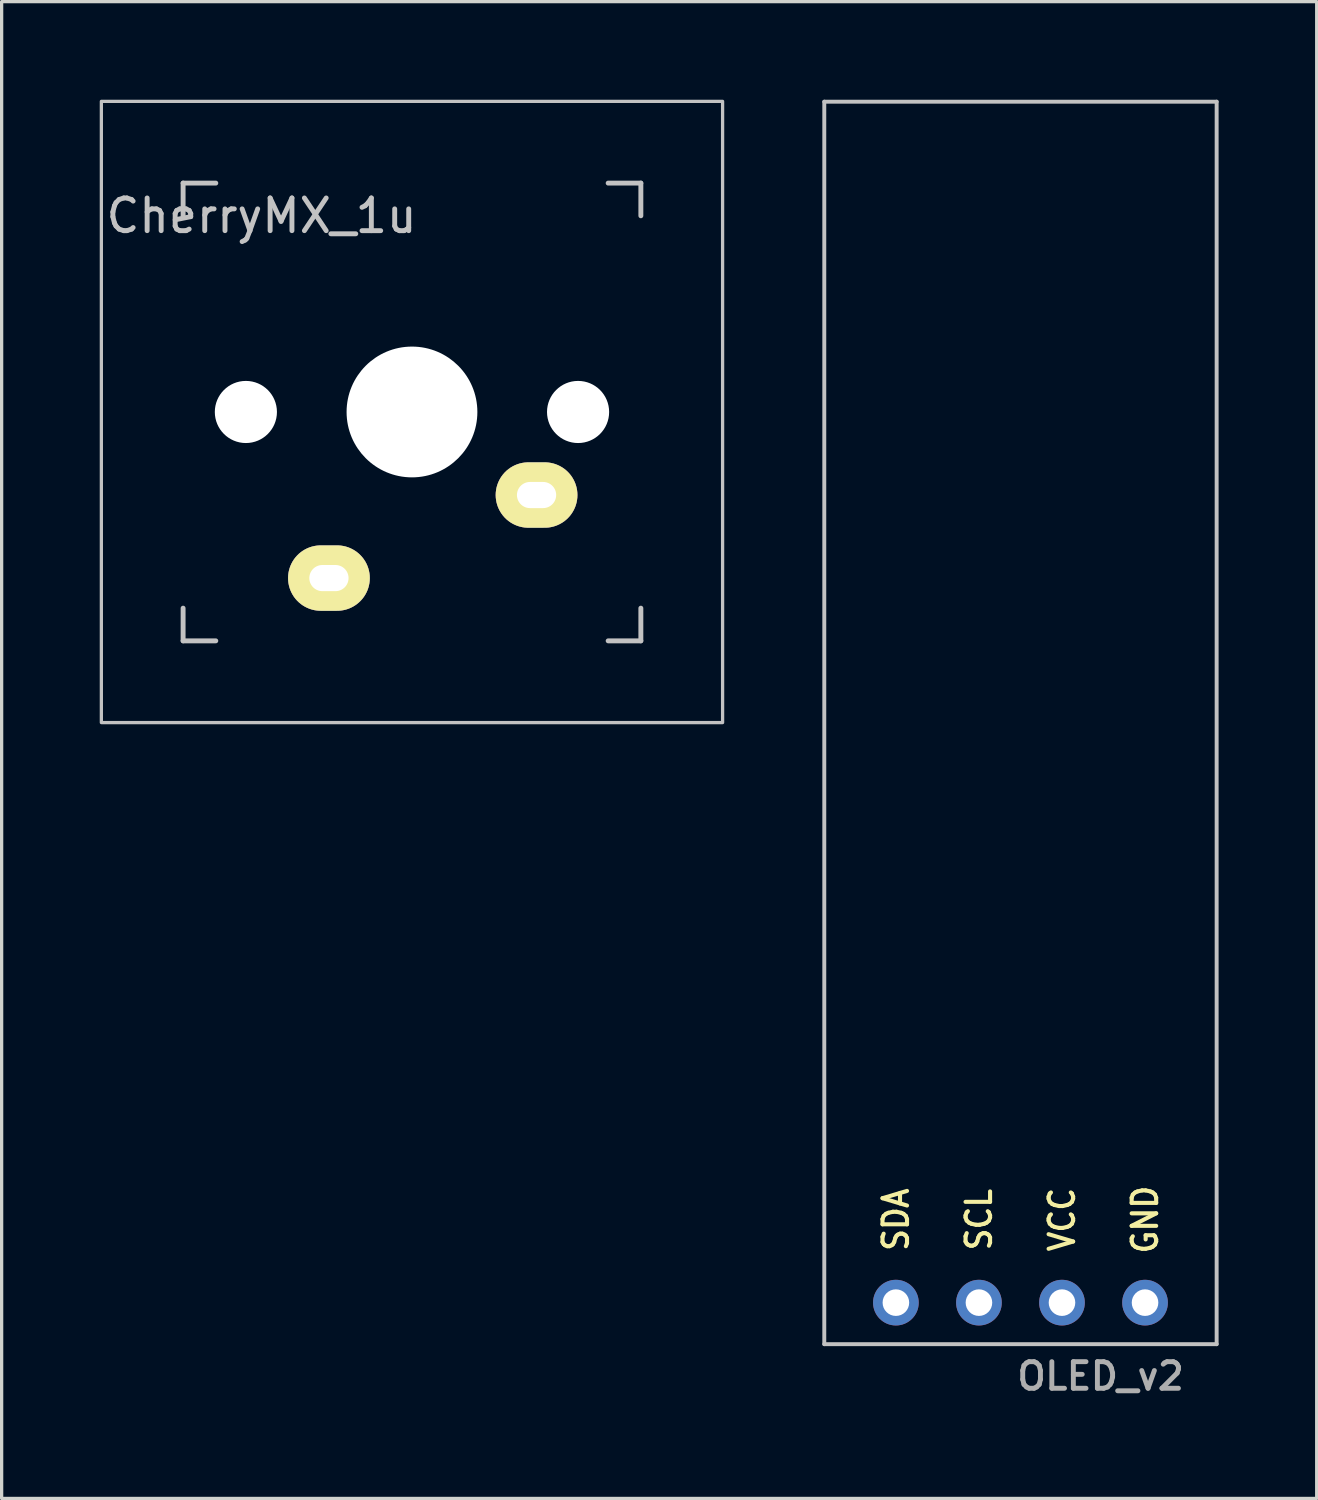
<source format=kicad_pcb>
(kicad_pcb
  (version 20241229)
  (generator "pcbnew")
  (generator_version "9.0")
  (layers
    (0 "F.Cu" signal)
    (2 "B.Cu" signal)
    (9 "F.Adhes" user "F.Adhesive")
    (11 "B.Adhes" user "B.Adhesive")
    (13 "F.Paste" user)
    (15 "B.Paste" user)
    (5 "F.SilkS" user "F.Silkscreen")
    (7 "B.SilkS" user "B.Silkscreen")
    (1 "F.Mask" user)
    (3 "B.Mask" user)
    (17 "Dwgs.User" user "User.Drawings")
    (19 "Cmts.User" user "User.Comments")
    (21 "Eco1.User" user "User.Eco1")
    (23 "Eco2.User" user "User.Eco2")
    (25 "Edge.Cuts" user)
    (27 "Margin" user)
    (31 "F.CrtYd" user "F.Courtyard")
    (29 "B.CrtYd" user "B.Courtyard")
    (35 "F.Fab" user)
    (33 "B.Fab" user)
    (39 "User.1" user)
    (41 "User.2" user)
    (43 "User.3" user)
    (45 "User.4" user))
  (footprint "OLED_v2"
    (layer "F.Cu")
    (at 28.16 36.79)
    (property "Reference" "OLED_v2" (at 2.45 2.25 180) (layer "F.Fab") (effects (font (size 0.813 0.813) (thickness 0.15))))
    (attr through_hole)
    (fp_line (start -6 -36.73) (end 6 -36.73) (stroke (width 0.12) (type solid)) (layer "Dwgs.User"))
    (fp_line (start -6 1.27) (end -6 -36.73) (stroke (width 0.12) (type solid)) (layer "Dwgs.User"))
    (fp_line (start -6 1.27) (end 6 1.27) (stroke (width 0.12) (type solid)) (layer "Dwgs.User"))
    (fp_line (start 6 -36.73) (end 6 1.27) (stroke (width 0.12) (type solid)) (layer "Dwgs.User"))
    (fp_text user "SCL" (at -1.27 -2.54 90) (unlocked yes) (layer "F.SilkS") (effects (font (size 0.75 0.67) (thickness 0.125))))
    (fp_text user "GND" (at 3.81 -2.54 90) (unlocked yes) (layer "F.SilkS") (effects (font (size 0.75 0.67) (thickness 0.125))))
    (fp_text user "SDA" (at -3.81 -2.54 90) (unlocked yes) (layer "F.SilkS") (effects (font (size 0.75 0.67) (thickness 0.125))))
    (fp_text user "VCC" (at 1.27 -2.54 90) (unlocked yes) (layer "F.SilkS") (effects (font (size 0.75 0.67) (thickness 0.125))))
    (pad "1" thru_hole circle (at -3.81 0) (size 1.397 1.397) (drill 0.813) (layers "*.Cu" "*.Mask"))
    (pad "2" thru_hole circle (at -1.27 0) (size 1.397 1.397) (drill 0.813) (layers "*.Cu" "*.Mask"))
    (pad "3" thru_hole circle (at 1.27 0) (size 1.397 1.397) (drill 0.813) (layers "*.Cu" "*.Mask"))
    (pad "4" thru_hole circle (at 3.81 0) (size 1.397 1.397) (drill 0.813) (layers "*.Cu" "*.Mask")))
  (footprint "CherryMX_1u"
    (layer "F.Cu")
    (at 9.55 9.55)
    (property "Reference" "CherryMX_1u" (at -4.6 -6 0) (layer "Dwgs.User") (effects (font (size 1 1) (thickness 0.15))))
    (attr through_hole)
    (fp_line (start -7 -7) (end -7 -6) (stroke (width 0.15) (type solid)) (layer "Dwgs.User"))
    (fp_line (start -7 6) (end -7 7) (stroke (width 0.15) (type solid)) (layer "Dwgs.User"))
    (fp_line (start -7 7) (end -6 7) (stroke (width 0.15) (type solid)) (layer "Dwgs.User"))
    (fp_line (start -6 -7) (end -7 -7) (stroke (width 0.15) (type solid)) (layer "Dwgs.User"))
    (fp_line (start 6 -7) (end 7 -7) (stroke (width 0.15) (type solid)) (layer "Dwgs.User"))
    (fp_line (start 7 -6) (end 7 -7) (stroke (width 0.15) (type solid)) (layer "Dwgs.User"))
    (fp_line (start 7 6) (end 7 7) (stroke (width 0.15) (type solid)) (layer "Dwgs.User"))
    (fp_line (start 7 7) (end 6 7) (stroke (width 0.15) (type solid)) (layer "Dwgs.User"))
    (fp_rect (start 9.5 9.5) (end -9.5 -9.5) (stroke (width 0.1) (type default)) (fill no) (layer "Dwgs.User"))
    (pad "" np_thru_hole circle (at -5.08 0 270) (size 1.9 1.9) (drill 1.9) (layers "*.Cu" "*.Mask"))
    (pad "" np_thru_hole circle (at 0 0 270) (size 4 4) (drill 4) (layers "*.Cu" "*.Mask"))
    (pad "" np_thru_hole circle (at 5.08 0 270) (size 1.9 1.9) (drill 1.9) (layers "*.Cu" "*.Mask"))
    (pad "1" thru_hole oval (at 3.81 2.54 180) (size 2.5 2) (drill oval 1.2 0.8) (layers "*.Cu" "B.Mask" "F.SilkS"))
    (pad "2" thru_hole oval (at -2.54 5.08 180) (size 2.5 2) (drill oval 1.2 0.8) (layers "*.Cu" "B.Mask" "F.SilkS")))
  (gr_rect
    (start -3 -3)
    (end 37.22 42.779)
    (stroke (width 0.1) (type default))
    (fill no)
    (layer "Edge.Cuts")))
</source>
